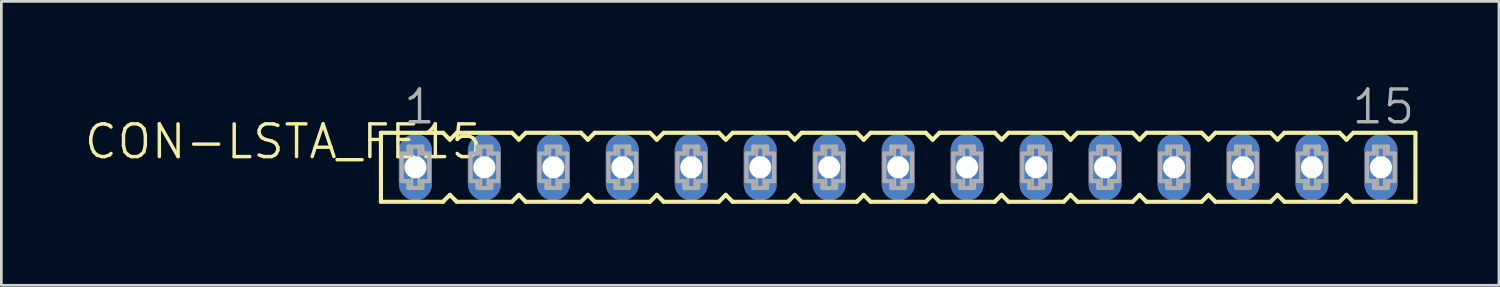
<source format=kicad_pcb>
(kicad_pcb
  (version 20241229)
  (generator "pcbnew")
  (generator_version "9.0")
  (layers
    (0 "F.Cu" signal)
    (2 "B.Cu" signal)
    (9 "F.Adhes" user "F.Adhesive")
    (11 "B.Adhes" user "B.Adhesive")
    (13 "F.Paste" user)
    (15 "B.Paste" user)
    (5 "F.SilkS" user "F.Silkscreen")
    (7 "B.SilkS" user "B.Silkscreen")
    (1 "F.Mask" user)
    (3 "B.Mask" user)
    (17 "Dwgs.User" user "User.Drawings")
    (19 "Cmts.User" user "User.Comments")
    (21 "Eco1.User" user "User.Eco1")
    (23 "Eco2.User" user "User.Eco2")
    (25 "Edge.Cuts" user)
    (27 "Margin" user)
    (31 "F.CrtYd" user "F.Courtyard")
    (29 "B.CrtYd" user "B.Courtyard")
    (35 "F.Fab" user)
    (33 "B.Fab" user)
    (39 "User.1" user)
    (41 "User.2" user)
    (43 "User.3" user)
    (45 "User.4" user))
  (footprint "CON-LSTA_FE15"
    (layer "F.Cu")
    (at 30.03 3.111)
    (property "Reference" "CON-LSTA_FE15" (at -15.24 -1.651 0) (layer "F.SilkS") (effects (font (size 1.206 1.206) (thickness 0.127)) (justify right top)))
    (attr through_hole)
    (fp_line (start -19.05 -1.27) (end -19.05 1.27) (stroke (width 0.152) (type solid)) (layer "F.SilkS"))
    (fp_line (start -19.05 1.27) (end -16.764 1.27) (stroke (width 0.152) (type solid)) (layer "F.SilkS"))
    (fp_line (start -16.764 -1.27) (end -19.05 -1.27) (stroke (width 0.152) (type solid)) (layer "F.SilkS"))
    (fp_line (start -16.764 1.27) (end -16.51 1.016) (stroke (width 0.152) (type solid)) (layer "F.SilkS"))
    (fp_line (start -16.51 -1.016) (end -16.764 -1.27) (stroke (width 0.152) (type solid)) (layer "F.SilkS"))
    (fp_line (start -16.51 1.016) (end -16.256 1.27) (stroke (width 0.152) (type solid)) (layer "F.SilkS"))
    (fp_line (start -16.256 -1.27) (end -16.51 -1.016) (stroke (width 0.152) (type solid)) (layer "F.SilkS"))
    (fp_line (start -16.256 1.27) (end -14.224 1.27) (stroke (width 0.152) (type solid)) (layer "F.SilkS"))
    (fp_line (start -14.224 -1.27) (end -16.256 -1.27) (stroke (width 0.152) (type solid)) (layer "F.SilkS"))
    (fp_line (start -14.224 1.27) (end -13.97 1.016) (stroke (width 0.152) (type solid)) (layer "F.SilkS"))
    (fp_line (start -13.97 -1.016) (end -14.224 -1.27) (stroke (width 0.152) (type solid)) (layer "F.SilkS"))
    (fp_line (start -13.97 1.016) (end -13.716 1.27) (stroke (width 0.152) (type solid)) (layer "F.SilkS"))
    (fp_line (start -13.716 -1.27) (end -13.97 -1.016) (stroke (width 0.152) (type solid)) (layer "F.SilkS"))
    (fp_line (start -13.716 1.27) (end -11.684 1.27) (stroke (width 0.152) (type solid)) (layer "F.SilkS"))
    (fp_line (start -11.684 -1.27) (end -13.716 -1.27) (stroke (width 0.152) (type solid)) (layer "F.SilkS"))
    (fp_line (start -11.684 1.27) (end -11.43 1.016) (stroke (width 0.152) (type solid)) (layer "F.SilkS"))
    (fp_line (start -11.43 -1.016) (end -11.684 -1.27) (stroke (width 0.152) (type solid)) (layer "F.SilkS"))
    (fp_line (start -11.43 1.016) (end -11.176 1.27) (stroke (width 0.152) (type solid)) (layer "F.SilkS"))
    (fp_line (start -11.176 -1.27) (end -11.43 -1.016) (stroke (width 0.152) (type solid)) (layer "F.SilkS"))
    (fp_line (start -11.176 1.27) (end -9.144 1.27) (stroke (width 0.152) (type solid)) (layer "F.SilkS"))
    (fp_line (start -9.144 -1.27) (end -11.176 -1.27) (stroke (width 0.152) (type solid)) (layer "F.SilkS"))
    (fp_line (start -9.144 1.27) (end -8.89 1.016) (stroke (width 0.152) (type solid)) (layer "F.SilkS"))
    (fp_line (start -8.89 -1.016) (end -9.144 -1.27) (stroke (width 0.152) (type solid)) (layer "F.SilkS"))
    (fp_line (start -8.89 1.016) (end -8.636 1.27) (stroke (width 0.152) (type solid)) (layer "F.SilkS"))
    (fp_line (start -8.636 -1.27) (end -8.89 -1.016) (stroke (width 0.152) (type solid)) (layer "F.SilkS"))
    (fp_line (start -8.636 1.27) (end -6.604 1.27) (stroke (width 0.152) (type solid)) (layer "F.SilkS"))
    (fp_line (start -6.604 -1.27) (end -8.636 -1.27) (stroke (width 0.152) (type solid)) (layer "F.SilkS"))
    (fp_line (start -6.604 1.27) (end -6.35 1.016) (stroke (width 0.152) (type solid)) (layer "F.SilkS"))
    (fp_line (start -6.35 -1.016) (end -6.604 -1.27) (stroke (width 0.152) (type solid)) (layer "F.SilkS"))
    (fp_line (start -6.35 1.016) (end -6.096 1.27) (stroke (width 0.152) (type solid)) (layer "F.SilkS"))
    (fp_line (start -6.096 -1.27) (end -6.35 -1.016) (stroke (width 0.152) (type solid)) (layer "F.SilkS"))
    (fp_line (start -6.096 1.27) (end -4.064 1.27) (stroke (width 0.152) (type solid)) (layer "F.SilkS"))
    (fp_line (start -4.064 -1.27) (end -6.096 -1.27) (stroke (width 0.152) (type solid)) (layer "F.SilkS"))
    (fp_line (start -4.064 1.27) (end -3.81 1.016) (stroke (width 0.152) (type solid)) (layer "F.SilkS"))
    (fp_line (start -3.81 -1.016) (end -4.064 -1.27) (stroke (width 0.152) (type solid)) (layer "F.SilkS"))
    (fp_line (start -3.81 1.016) (end -3.556 1.27) (stroke (width 0.152) (type solid)) (layer "F.SilkS"))
    (fp_line (start -3.556 -1.27) (end -3.81 -1.016) (stroke (width 0.152) (type solid)) (layer "F.SilkS"))
    (fp_line (start -3.556 1.27) (end -1.524 1.27) (stroke (width 0.152) (type solid)) (layer "F.SilkS"))
    (fp_line (start -1.524 -1.27) (end -3.556 -1.27) (stroke (width 0.152) (type solid)) (layer "F.SilkS"))
    (fp_line (start -1.524 1.27) (end -1.27 1.016) (stroke (width 0.152) (type solid)) (layer "F.SilkS"))
    (fp_line (start -1.27 -1.016) (end -1.524 -1.27) (stroke (width 0.152) (type solid)) (layer "F.SilkS"))
    (fp_line (start -1.27 1.016) (end -1.016 1.27) (stroke (width 0.152) (type solid)) (layer "F.SilkS"))
    (fp_line (start -1.016 -1.27) (end -1.27 -1.016) (stroke (width 0.152) (type solid)) (layer "F.SilkS"))
    (fp_line (start -1.016 1.27) (end 1.016 1.27) (stroke (width 0.152) (type solid)) (layer "F.SilkS"))
    (fp_line (start 1.016 -1.27) (end -1.016 -1.27) (stroke (width 0.152) (type solid)) (layer "F.SilkS"))
    (fp_line (start 1.016 1.27) (end 1.27 1.016) (stroke (width 0.152) (type solid)) (layer "F.SilkS"))
    (fp_line (start 1.27 -1.016) (end 1.016 -1.27) (stroke (width 0.152) (type solid)) (layer "F.SilkS"))
    (fp_line (start 1.27 1.016) (end 1.524 1.27) (stroke (width 0.152) (type solid)) (layer "F.SilkS"))
    (fp_line (start 1.524 -1.27) (end 1.27 -1.016) (stroke (width 0.152) (type solid)) (layer "F.SilkS"))
    (fp_line (start 1.524 1.27) (end 3.556 1.27) (stroke (width 0.152) (type solid)) (layer "F.SilkS"))
    (fp_line (start 3.556 -1.27) (end 1.524 -1.27) (stroke (width 0.152) (type solid)) (layer "F.SilkS"))
    (fp_line (start 3.556 1.27) (end 3.81 1.016) (stroke (width 0.152) (type solid)) (layer "F.SilkS"))
    (fp_line (start 3.81 -1.016) (end 3.556 -1.27) (stroke (width 0.152) (type solid)) (layer "F.SilkS"))
    (fp_line (start 3.81 1.016) (end 4.064 1.27) (stroke (width 0.152) (type solid)) (layer "F.SilkS"))
    (fp_line (start 4.064 -1.27) (end 3.81 -1.016) (stroke (width 0.152) (type solid)) (layer "F.SilkS"))
    (fp_line (start 4.064 1.27) (end 6.096 1.27) (stroke (width 0.152) (type solid)) (layer "F.SilkS"))
    (fp_line (start 6.096 -1.27) (end 4.064 -1.27) (stroke (width 0.152) (type solid)) (layer "F.SilkS"))
    (fp_line (start 6.096 1.27) (end 6.35 1.016) (stroke (width 0.152) (type solid)) (layer "F.SilkS"))
    (fp_line (start 6.35 -1.016) (end 6.096 -1.27) (stroke (width 0.152) (type solid)) (layer "F.SilkS"))
    (fp_line (start 6.35 1.016) (end 6.604 1.27) (stroke (width 0.152) (type solid)) (layer "F.SilkS"))
    (fp_line (start 6.604 -1.27) (end 6.35 -1.016) (stroke (width 0.152) (type solid)) (layer "F.SilkS"))
    (fp_line (start 6.604 1.27) (end 8.636 1.27) (stroke (width 0.152) (type solid)) (layer "F.SilkS"))
    (fp_line (start 8.636 -1.27) (end 6.604 -1.27) (stroke (width 0.152) (type solid)) (layer "F.SilkS"))
    (fp_line (start 8.636 1.27) (end 8.89 1.016) (stroke (width 0.152) (type solid)) (layer "F.SilkS"))
    (fp_line (start 8.89 -1.016) (end 8.636 -1.27) (stroke (width 0.152) (type solid)) (layer "F.SilkS"))
    (fp_line (start 8.89 1.016) (end 9.144 1.27) (stroke (width 0.152) (type solid)) (layer "F.SilkS"))
    (fp_line (start 9.144 -1.27) (end 8.89 -1.016) (stroke (width 0.152) (type solid)) (layer "F.SilkS"))
    (fp_line (start 9.144 1.27) (end 11.176 1.27) (stroke (width 0.152) (type solid)) (layer "F.SilkS"))
    (fp_line (start 11.176 -1.27) (end 9.144 -1.27) (stroke (width 0.152) (type solid)) (layer "F.SilkS"))
    (fp_line (start 11.176 1.27) (end 11.43 1.016) (stroke (width 0.152) (type solid)) (layer "F.SilkS"))
    (fp_line (start 11.43 -1.016) (end 11.176 -1.27) (stroke (width 0.152) (type solid)) (layer "F.SilkS"))
    (fp_line (start 11.43 1.016) (end 11.684 1.27) (stroke (width 0.152) (type solid)) (layer "F.SilkS"))
    (fp_line (start 11.684 -1.27) (end 11.43 -1.016) (stroke (width 0.152) (type solid)) (layer "F.SilkS"))
    (fp_line (start 11.684 1.27) (end 13.716 1.27) (stroke (width 0.152) (type solid)) (layer "F.SilkS"))
    (fp_line (start 13.716 -1.27) (end 11.684 -1.27) (stroke (width 0.152) (type solid)) (layer "F.SilkS"))
    (fp_line (start 13.716 1.27) (end 13.97 1.016) (stroke (width 0.152) (type solid)) (layer "F.SilkS"))
    (fp_line (start 13.97 -1.016) (end 13.716 -1.27) (stroke (width 0.152) (type solid)) (layer "F.SilkS"))
    (fp_line (start 13.97 1.016) (end 14.224 1.27) (stroke (width 0.152) (type solid)) (layer "F.SilkS"))
    (fp_line (start 14.224 -1.27) (end 13.97 -1.016) (stroke (width 0.152) (type solid)) (layer "F.SilkS"))
    (fp_line (start 14.224 1.27) (end 16.256 1.27) (stroke (width 0.152) (type solid)) (layer "F.SilkS"))
    (fp_line (start 16.256 -1.27) (end 14.224 -1.27) (stroke (width 0.152) (type solid)) (layer "F.SilkS"))
    (fp_line (start 16.256 1.27) (end 16.51 1.016) (stroke (width 0.152) (type solid)) (layer "F.SilkS"))
    (fp_line (start 16.51 -1.016) (end 16.256 -1.27) (stroke (width 0.152) (type solid)) (layer "F.SilkS"))
    (fp_line (start 16.51 1.016) (end 16.764 1.27) (stroke (width 0.152) (type solid)) (layer "F.SilkS"))
    (fp_line (start 16.764 -1.27) (end 16.51 -1.016) (stroke (width 0.152) (type solid)) (layer "F.SilkS"))
    (fp_line (start 16.764 1.27) (end 19.05 1.27) (stroke (width 0.152) (type solid)) (layer "F.SilkS"))
    (fp_line (start 19.05 -1.27) (end 16.764 -1.27) (stroke (width 0.152) (type solid)) (layer "F.SilkS"))
    (fp_line (start 19.05 1.27) (end 19.05 -1.27) (stroke (width 0.152) (type solid)) (layer "F.SilkS"))
    (fp_line (start -18.288 -0.508) (end -18.288 0.508) (stroke (width 0.152) (type solid)) (layer "F.Fab"))
    (fp_line (start -18.288 0.508) (end -18.034 0.508) (stroke (width 0.152) (type solid)) (layer "F.Fab"))
    (fp_line (start -18.034 -0.762) (end -18.034 -0.508) (stroke (width 0.152) (type solid)) (layer "F.Fab"))
    (fp_line (start -18.034 -0.508) (end -18.288 -0.508) (stroke (width 0.152) (type solid)) (layer "F.Fab"))
    (fp_line (start -18.034 0.508) (end -18.034 0.762) (stroke (width 0.152) (type solid)) (layer "F.Fab"))
    (fp_line (start -18.034 0.762) (end -17.526 0.762) (stroke (width 0.152) (type solid)) (layer "F.Fab"))
    (fp_line (start -17.526 -0.762) (end -18.034 -0.762) (stroke (width 0.152) (type solid)) (layer "F.Fab"))
    (fp_line (start -17.526 -0.508) (end -17.526 -0.762) (stroke (width 0.152) (type solid)) (layer "F.Fab"))
    (fp_line (start -17.526 0.508) (end -17.272 0.508) (stroke (width 0.152) (type solid)) (layer "F.Fab"))
    (fp_line (start -17.526 0.762) (end -17.526 0.508) (stroke (width 0.152) (type solid)) (layer "F.Fab"))
    (fp_line (start -17.272 -0.508) (end -17.526 -0.508) (stroke (width 0.152) (type solid)) (layer "F.Fab"))
    (fp_line (start -17.272 0.508) (end -17.272 -0.508) (stroke (width 0.152) (type solid)) (layer "F.Fab"))
    (fp_line (start -15.748 -0.508) (end -15.748 0.508) (stroke (width 0.152) (type solid)) (layer "F.Fab"))
    (fp_line (start -15.748 0.508) (end -15.494 0.508) (stroke (width 0.152) (type solid)) (layer "F.Fab"))
    (fp_line (start -15.494 -0.762) (end -15.494 -0.508) (stroke (width 0.152) (type solid)) (layer "F.Fab"))
    (fp_line (start -15.494 -0.508) (end -15.748 -0.508) (stroke (width 0.152) (type solid)) (layer "F.Fab"))
    (fp_line (start -15.494 0.508) (end -15.494 0.762) (stroke (width 0.152) (type solid)) (layer "F.Fab"))
    (fp_line (start -15.494 0.762) (end -14.986 0.762) (stroke (width 0.152) (type solid)) (layer "F.Fab"))
    (fp_line (start -14.986 -0.762) (end -15.494 -0.762) (stroke (width 0.152) (type solid)) (layer "F.Fab"))
    (fp_line (start -14.986 -0.508) (end -14.986 -0.762) (stroke (width 0.152) (type solid)) (layer "F.Fab"))
    (fp_line (start -14.986 0.508) (end -14.732 0.508) (stroke (width 0.152) (type solid)) (layer "F.Fab"))
    (fp_line (start -14.986 0.762) (end -14.986 0.508) (stroke (width 0.152) (type solid)) (layer "F.Fab"))
    (fp_line (start -14.732 -0.508) (end -14.986 -0.508) (stroke (width 0.152) (type solid)) (layer "F.Fab"))
    (fp_line (start -14.732 0.508) (end -14.732 -0.508) (stroke (width 0.152) (type solid)) (layer "F.Fab"))
    (fp_line (start -13.208 -0.508) (end -13.208 0.508) (stroke (width 0.152) (type solid)) (layer "F.Fab"))
    (fp_line (start -13.208 0.508) (end -12.954 0.508) (stroke (width 0.152) (type solid)) (layer "F.Fab"))
    (fp_line (start -12.954 -0.762) (end -12.954 -0.508) (stroke (width 0.152) (type solid)) (layer "F.Fab"))
    (fp_line (start -12.954 -0.508) (end -13.208 -0.508) (stroke (width 0.152) (type solid)) (layer "F.Fab"))
    (fp_line (start -12.954 0.508) (end -12.954 0.762) (stroke (width 0.152) (type solid)) (layer "F.Fab"))
    (fp_line (start -12.954 0.762) (end -12.446 0.762) (stroke (width 0.152) (type solid)) (layer "F.Fab"))
    (fp_line (start -12.446 -0.762) (end -12.954 -0.762) (stroke (width 0.152) (type solid)) (layer "F.Fab"))
    (fp_line (start -12.446 -0.508) (end -12.446 -0.762) (stroke (width 0.152) (type solid)) (layer "F.Fab"))
    (fp_line (start -12.446 0.508) (end -12.192 0.508) (stroke (width 0.152) (type solid)) (layer "F.Fab"))
    (fp_line (start -12.446 0.762) (end -12.446 0.508) (stroke (width 0.152) (type solid)) (layer "F.Fab"))
    (fp_line (start -12.192 -0.508) (end -12.446 -0.508) (stroke (width 0.152) (type solid)) (layer "F.Fab"))
    (fp_line (start -12.192 0.508) (end -12.192 -0.508) (stroke (width 0.152) (type solid)) (layer "F.Fab"))
    (fp_line (start -10.668 -0.508) (end -10.668 0.508) (stroke (width 0.152) (type solid)) (layer "F.Fab"))
    (fp_line (start -10.668 0.508) (end -10.414 0.508) (stroke (width 0.152) (type solid)) (layer "F.Fab"))
    (fp_line (start -10.414 -0.762) (end -10.414 -0.508) (stroke (width 0.152) (type solid)) (layer "F.Fab"))
    (fp_line (start -10.414 -0.508) (end -10.668 -0.508) (stroke (width 0.152) (type solid)) (layer "F.Fab"))
    (fp_line (start -10.414 0.508) (end -10.414 0.762) (stroke (width 0.152) (type solid)) (layer "F.Fab"))
    (fp_line (start -10.414 0.762) (end -9.906 0.762) (stroke (width 0.152) (type solid)) (layer "F.Fab"))
    (fp_line (start -9.906 -0.762) (end -10.414 -0.762) (stroke (width 0.152) (type solid)) (layer "F.Fab"))
    (fp_line (start -9.906 -0.508) (end -9.906 -0.762) (stroke (width 0.152) (type solid)) (layer "F.Fab"))
    (fp_line (start -9.906 0.508) (end -9.652 0.508) (stroke (width 0.152) (type solid)) (layer "F.Fab"))
    (fp_line (start -9.906 0.762) (end -9.906 0.508) (stroke (width 0.152) (type solid)) (layer "F.Fab"))
    (fp_line (start -9.652 -0.508) (end -9.906 -0.508) (stroke (width 0.152) (type solid)) (layer "F.Fab"))
    (fp_line (start -9.652 0.508) (end -9.652 -0.508) (stroke (width 0.152) (type solid)) (layer "F.Fab"))
    (fp_line (start -8.128 -0.508) (end -8.128 0.508) (stroke (width 0.152) (type solid)) (layer "F.Fab"))
    (fp_line (start -8.128 0.508) (end -7.874 0.508) (stroke (width 0.152) (type solid)) (layer "F.Fab"))
    (fp_line (start -7.874 -0.762) (end -7.874 -0.508) (stroke (width 0.152) (type solid)) (layer "F.Fab"))
    (fp_line (start -7.874 -0.508) (end -8.128 -0.508) (stroke (width 0.152) (type solid)) (layer "F.Fab"))
    (fp_line (start -7.874 0.508) (end -7.874 0.762) (stroke (width 0.152) (type solid)) (layer "F.Fab"))
    (fp_line (start -7.874 0.762) (end -7.366 0.762) (stroke (width 0.152) (type solid)) (layer "F.Fab"))
    (fp_line (start -7.366 -0.762) (end -7.874 -0.762) (stroke (width 0.152) (type solid)) (layer "F.Fab"))
    (fp_line (start -7.366 -0.508) (end -7.366 -0.762) (stroke (width 0.152) (type solid)) (layer "F.Fab"))
    (fp_line (start -7.366 0.508) (end -7.112 0.508) (stroke (width 0.152) (type solid)) (layer "F.Fab"))
    (fp_line (start -7.366 0.762) (end -7.366 0.508) (stroke (width 0.152) (type solid)) (layer "F.Fab"))
    (fp_line (start -7.112 -0.508) (end -7.366 -0.508) (stroke (width 0.152) (type solid)) (layer "F.Fab"))
    (fp_line (start -7.112 0.508) (end -7.112 -0.508) (stroke (width 0.152) (type solid)) (layer "F.Fab"))
    (fp_line (start -5.588 -0.508) (end -5.588 0.508) (stroke (width 0.152) (type solid)) (layer "F.Fab"))
    (fp_line (start -5.588 0.508) (end -5.334 0.508) (stroke (width 0.152) (type solid)) (layer "F.Fab"))
    (fp_line (start -5.334 -0.762) (end -5.334 -0.508) (stroke (width 0.152) (type solid)) (layer "F.Fab"))
    (fp_line (start -5.334 -0.508) (end -5.588 -0.508) (stroke (width 0.152) (type solid)) (layer "F.Fab"))
    (fp_line (start -5.334 0.508) (end -5.334 0.762) (stroke (width 0.152) (type solid)) (layer "F.Fab"))
    (fp_line (start -5.334 0.762) (end -4.826 0.762) (stroke (width 0.152) (type solid)) (layer "F.Fab"))
    (fp_line (start -4.826 -0.762) (end -5.334 -0.762) (stroke (width 0.152) (type solid)) (layer "F.Fab"))
    (fp_line (start -4.826 -0.508) (end -4.826 -0.762) (stroke (width 0.152) (type solid)) (layer "F.Fab"))
    (fp_line (start -4.826 0.508) (end -4.572 0.508) (stroke (width 0.152) (type solid)) (layer "F.Fab"))
    (fp_line (start -4.826 0.762) (end -4.826 0.508) (stroke (width 0.152) (type solid)) (layer "F.Fab"))
    (fp_line (start -4.572 -0.508) (end -4.826 -0.508) (stroke (width 0.152) (type solid)) (layer "F.Fab"))
    (fp_line (start -4.572 0.508) (end -4.572 -0.508) (stroke (width 0.152) (type solid)) (layer "F.Fab"))
    (fp_line (start -3.048 -0.508) (end -3.048 0.508) (stroke (width 0.152) (type solid)) (layer "F.Fab"))
    (fp_line (start -3.048 0.508) (end -2.794 0.508) (stroke (width 0.152) (type solid)) (layer "F.Fab"))
    (fp_line (start -2.794 -0.762) (end -2.794 -0.508) (stroke (width 0.152) (type solid)) (layer "F.Fab"))
    (fp_line (start -2.794 -0.508) (end -3.048 -0.508) (stroke (width 0.152) (type solid)) (layer "F.Fab"))
    (fp_line (start -2.794 0.508) (end -2.794 0.762) (stroke (width 0.152) (type solid)) (layer "F.Fab"))
    (fp_line (start -2.794 0.762) (end -2.286 0.762) (stroke (width 0.152) (type solid)) (layer "F.Fab"))
    (fp_line (start -2.286 -0.762) (end -2.794 -0.762) (stroke (width 0.152) (type solid)) (layer "F.Fab"))
    (fp_line (start -2.286 -0.508) (end -2.286 -0.762) (stroke (width 0.152) (type solid)) (layer "F.Fab"))
    (fp_line (start -2.286 0.508) (end -2.032 0.508) (stroke (width 0.152) (type solid)) (layer "F.Fab"))
    (fp_line (start -2.286 0.762) (end -2.286 0.508) (stroke (width 0.152) (type solid)) (layer "F.Fab"))
    (fp_line (start -2.032 -0.508) (end -2.286 -0.508) (stroke (width 0.152) (type solid)) (layer "F.Fab"))
    (fp_line (start -2.032 0.508) (end -2.032 -0.508) (stroke (width 0.152) (type solid)) (layer "F.Fab"))
    (fp_line (start -0.508 -0.508) (end -0.508 0.508) (stroke (width 0.152) (type solid)) (layer "F.Fab"))
    (fp_line (start -0.508 0.508) (end -0.254 0.508) (stroke (width 0.152) (type solid)) (layer "F.Fab"))
    (fp_line (start -0.254 -0.762) (end -0.254 -0.508) (stroke (width 0.152) (type solid)) (layer "F.Fab"))
    (fp_line (start -0.254 -0.508) (end -0.508 -0.508) (stroke (width 0.152) (type solid)) (layer "F.Fab"))
    (fp_line (start -0.254 0.508) (end -0.254 0.762) (stroke (width 0.152) (type solid)) (layer "F.Fab"))
    (fp_line (start -0.254 0.762) (end 0.254 0.762) (stroke (width 0.152) (type solid)) (layer "F.Fab"))
    (fp_line (start 0.254 -0.762) (end -0.254 -0.762) (stroke (width 0.152) (type solid)) (layer "F.Fab"))
    (fp_line (start 0.254 -0.508) (end 0.254 -0.762) (stroke (width 0.152) (type solid)) (layer "F.Fab"))
    (fp_line (start 0.254 0.508) (end 0.508 0.508) (stroke (width 0.152) (type solid)) (layer "F.Fab"))
    (fp_line (start 0.254 0.762) (end 0.254 0.508) (stroke (width 0.152) (type solid)) (layer "F.Fab"))
    (fp_line (start 0.508 -0.508) (end 0.254 -0.508) (stroke (width 0.152) (type solid)) (layer "F.Fab"))
    (fp_line (start 0.508 0.508) (end 0.508 -0.508) (stroke (width 0.152) (type solid)) (layer "F.Fab"))
    (fp_line (start 2.032 -0.508) (end 2.032 0.508) (stroke (width 0.152) (type solid)) (layer "F.Fab"))
    (fp_line (start 2.032 0.508) (end 2.286 0.508) (stroke (width 0.152) (type solid)) (layer "F.Fab"))
    (fp_line (start 2.286 -0.762) (end 2.286 -0.508) (stroke (width 0.152) (type solid)) (layer "F.Fab"))
    (fp_line (start 2.286 -0.508) (end 2.032 -0.508) (stroke (width 0.152) (type solid)) (layer "F.Fab"))
    (fp_line (start 2.286 0.508) (end 2.286 0.762) (stroke (width 0.152) (type solid)) (layer "F.Fab"))
    (fp_line (start 2.286 0.762) (end 2.794 0.762) (stroke (width 0.152) (type solid)) (layer "F.Fab"))
    (fp_line (start 2.794 -0.762) (end 2.286 -0.762) (stroke (width 0.152) (type solid)) (layer "F.Fab"))
    (fp_line (start 2.794 -0.508) (end 2.794 -0.762) (stroke (width 0.152) (type solid)) (layer "F.Fab"))
    (fp_line (start 2.794 0.508) (end 3.048 0.508) (stroke (width 0.152) (type solid)) (layer "F.Fab"))
    (fp_line (start 2.794 0.762) (end 2.794 0.508) (stroke (width 0.152) (type solid)) (layer "F.Fab"))
    (fp_line (start 3.048 -0.508) (end 2.794 -0.508) (stroke (width 0.152) (type solid)) (layer "F.Fab"))
    (fp_line (start 3.048 0.508) (end 3.048 -0.508) (stroke (width 0.152) (type solid)) (layer "F.Fab"))
    (fp_line (start 4.572 -0.508) (end 4.572 0.508) (stroke (width 0.152) (type solid)) (layer "F.Fab"))
    (fp_line (start 4.572 0.508) (end 4.826 0.508) (stroke (width 0.152) (type solid)) (layer "F.Fab"))
    (fp_line (start 4.826 -0.762) (end 4.826 -0.508) (stroke (width 0.152) (type solid)) (layer "F.Fab"))
    (fp_line (start 4.826 -0.508) (end 4.572 -0.508) (stroke (width 0.152) (type solid)) (layer "F.Fab"))
    (fp_line (start 4.826 0.508) (end 4.826 0.762) (stroke (width 0.152) (type solid)) (layer "F.Fab"))
    (fp_line (start 4.826 0.762) (end 5.334 0.762) (stroke (width 0.152) (type solid)) (layer "F.Fab"))
    (fp_line (start 5.334 -0.762) (end 4.826 -0.762) (stroke (width 0.152) (type solid)) (layer "F.Fab"))
    (fp_line (start 5.334 -0.508) (end 5.334 -0.762) (stroke (width 0.152) (type solid)) (layer "F.Fab"))
    (fp_line (start 5.334 0.508) (end 5.588 0.508) (stroke (width 0.152) (type solid)) (layer "F.Fab"))
    (fp_line (start 5.334 0.762) (end 5.334 0.508) (stroke (width 0.152) (type solid)) (layer "F.Fab"))
    (fp_line (start 5.588 -0.508) (end 5.334 -0.508) (stroke (width 0.152) (type solid)) (layer "F.Fab"))
    (fp_line (start 5.588 0.508) (end 5.588 -0.508) (stroke (width 0.152) (type solid)) (layer "F.Fab"))
    (fp_line (start 7.112 -0.508) (end 7.112 0.508) (stroke (width 0.152) (type solid)) (layer "F.Fab"))
    (fp_line (start 7.112 0.508) (end 7.366 0.508) (stroke (width 0.152) (type solid)) (layer "F.Fab"))
    (fp_line (start 7.366 -0.762) (end 7.366 -0.508) (stroke (width 0.152) (type solid)) (layer "F.Fab"))
    (fp_line (start 7.366 -0.508) (end 7.112 -0.508) (stroke (width 0.152) (type solid)) (layer "F.Fab"))
    (fp_line (start 7.366 0.508) (end 7.366 0.762) (stroke (width 0.152) (type solid)) (layer "F.Fab"))
    (fp_line (start 7.366 0.762) (end 7.874 0.762) (stroke (width 0.152) (type solid)) (layer "F.Fab"))
    (fp_line (start 7.874 -0.762) (end 7.366 -0.762) (stroke (width 0.152) (type solid)) (layer "F.Fab"))
    (fp_line (start 7.874 -0.508) (end 7.874 -0.762) (stroke (width 0.152) (type solid)) (layer "F.Fab"))
    (fp_line (start 7.874 0.508) (end 8.128 0.508) (stroke (width 0.152) (type solid)) (layer "F.Fab"))
    (fp_line (start 7.874 0.762) (end 7.874 0.508) (stroke (width 0.152) (type solid)) (layer "F.Fab"))
    (fp_line (start 8.128 -0.508) (end 7.874 -0.508) (stroke (width 0.152) (type solid)) (layer "F.Fab"))
    (fp_line (start 8.128 0.508) (end 8.128 -0.508) (stroke (width 0.152) (type solid)) (layer "F.Fab"))
    (fp_line (start 9.652 -0.508) (end 9.652 0.508) (stroke (width 0.152) (type solid)) (layer "F.Fab"))
    (fp_line (start 9.652 0.508) (end 9.906 0.508) (stroke (width 0.152) (type solid)) (layer "F.Fab"))
    (fp_line (start 9.906 -0.762) (end 9.906 -0.508) (stroke (width 0.152) (type solid)) (layer "F.Fab"))
    (fp_line (start 9.906 -0.508) (end 9.652 -0.508) (stroke (width 0.152) (type solid)) (layer "F.Fab"))
    (fp_line (start 9.906 0.508) (end 9.906 0.762) (stroke (width 0.152) (type solid)) (layer "F.Fab"))
    (fp_line (start 9.906 0.762) (end 10.414 0.762) (stroke (width 0.152) (type solid)) (layer "F.Fab"))
    (fp_line (start 10.414 -0.762) (end 9.906 -0.762) (stroke (width 0.152) (type solid)) (layer "F.Fab"))
    (fp_line (start 10.414 -0.508) (end 10.414 -0.762) (stroke (width 0.152) (type solid)) (layer "F.Fab"))
    (fp_line (start 10.414 0.508) (end 10.668 0.508) (stroke (width 0.152) (type solid)) (layer "F.Fab"))
    (fp_line (start 10.414 0.762) (end 10.414 0.508) (stroke (width 0.152) (type solid)) (layer "F.Fab"))
    (fp_line (start 10.668 -0.508) (end 10.414 -0.508) (stroke (width 0.152) (type solid)) (layer "F.Fab"))
    (fp_line (start 10.668 0.508) (end 10.668 -0.508) (stroke (width 0.152) (type solid)) (layer "F.Fab"))
    (fp_line (start 12.192 -0.508) (end 12.192 0.508) (stroke (width 0.152) (type solid)) (layer "F.Fab"))
    (fp_line (start 12.192 0.508) (end 12.446 0.508) (stroke (width 0.152) (type solid)) (layer "F.Fab"))
    (fp_line (start 12.446 -0.762) (end 12.446 -0.508) (stroke (width 0.152) (type solid)) (layer "F.Fab"))
    (fp_line (start 12.446 -0.508) (end 12.192 -0.508) (stroke (width 0.152) (type solid)) (layer "F.Fab"))
    (fp_line (start 12.446 0.508) (end 12.446 0.762) (stroke (width 0.152) (type solid)) (layer "F.Fab"))
    (fp_line (start 12.446 0.762) (end 12.954 0.762) (stroke (width 0.152) (type solid)) (layer "F.Fab"))
    (fp_line (start 12.954 -0.762) (end 12.446 -0.762) (stroke (width 0.152) (type solid)) (layer "F.Fab"))
    (fp_line (start 12.954 -0.508) (end 12.954 -0.762) (stroke (width 0.152) (type solid)) (layer "F.Fab"))
    (fp_line (start 12.954 0.508) (end 13.208 0.508) (stroke (width 0.152) (type solid)) (layer "F.Fab"))
    (fp_line (start 12.954 0.762) (end 12.954 0.508) (stroke (width 0.152) (type solid)) (layer "F.Fab"))
    (fp_line (start 13.208 -0.508) (end 12.954 -0.508) (stroke (width 0.152) (type solid)) (layer "F.Fab"))
    (fp_line (start 13.208 0.508) (end 13.208 -0.508) (stroke (width 0.152) (type solid)) (layer "F.Fab"))
    (fp_line (start 14.732 -0.508) (end 14.732 0.508) (stroke (width 0.152) (type solid)) (layer "F.Fab"))
    (fp_line (start 14.732 0.508) (end 14.986 0.508) (stroke (width 0.152) (type solid)) (layer "F.Fab"))
    (fp_line (start 14.986 -0.762) (end 14.986 -0.508) (stroke (width 0.152) (type solid)) (layer "F.Fab"))
    (fp_line (start 14.986 -0.508) (end 14.732 -0.508) (stroke (width 0.152) (type solid)) (layer "F.Fab"))
    (fp_line (start 14.986 0.508) (end 14.986 0.762) (stroke (width 0.152) (type solid)) (layer "F.Fab"))
    (fp_line (start 14.986 0.762) (end 15.494 0.762) (stroke (width 0.152) (type solid)) (layer "F.Fab"))
    (fp_line (start 15.494 -0.762) (end 14.986 -0.762) (stroke (width 0.152) (type solid)) (layer "F.Fab"))
    (fp_line (start 15.494 -0.508) (end 15.494 -0.762) (stroke (width 0.152) (type solid)) (layer "F.Fab"))
    (fp_line (start 15.494 0.508) (end 15.748 0.508) (stroke (width 0.152) (type solid)) (layer "F.Fab"))
    (fp_line (start 15.494 0.762) (end 15.494 0.508) (stroke (width 0.152) (type solid)) (layer "F.Fab"))
    (fp_line (start 15.748 -0.508) (end 15.494 -0.508) (stroke (width 0.152) (type solid)) (layer "F.Fab"))
    (fp_line (start 15.748 0.508) (end 15.748 -0.508) (stroke (width 0.152) (type solid)) (layer "F.Fab"))
    (fp_line (start 17.272 -0.508) (end 17.272 0.508) (stroke (width 0.152) (type solid)) (layer "F.Fab"))
    (fp_line (start 17.272 0.508) (end 17.526 0.508) (stroke (width 0.152) (type solid)) (layer "F.Fab"))
    (fp_line (start 17.526 -0.762) (end 17.526 -0.508) (stroke (width 0.152) (type solid)) (layer "F.Fab"))
    (fp_line (start 17.526 -0.508) (end 17.272 -0.508) (stroke (width 0.152) (type solid)) (layer "F.Fab"))
    (fp_line (start 17.526 0.508) (end 17.526 0.762) (stroke (width 0.152) (type solid)) (layer "F.Fab"))
    (fp_line (start 17.526 0.762) (end 18.034 0.762) (stroke (width 0.152) (type solid)) (layer "F.Fab"))
    (fp_line (start 18.034 -0.762) (end 17.526 -0.762) (stroke (width 0.152) (type solid)) (layer "F.Fab"))
    (fp_line (start 18.034 -0.508) (end 18.034 -0.762) (stroke (width 0.152) (type solid)) (layer "F.Fab"))
    (fp_line (start 18.034 0.508) (end 18.288 0.508) (stroke (width 0.152) (type solid)) (layer "F.Fab"))
    (fp_line (start 18.034 0.762) (end 18.034 0.508) (stroke (width 0.152) (type solid)) (layer "F.Fab"))
    (fp_line (start 18.288 -0.508) (end 18.034 -0.508) (stroke (width 0.152) (type solid)) (layer "F.Fab"))
    (fp_line (start 18.288 0.508) (end 18.288 -0.508) (stroke (width 0.152) (type solid)) (layer "F.Fab"))
    (fp_poly (pts (xy -17.907 -0.254) (xy -17.653 -0.254) (xy -17.653 -0.762) (xy -17.907 -0.762)) (stroke (width 0.1) (type solid)) (fill no) (layer "F.Fab"))
    (fp_poly (pts (xy -17.907 0.762) (xy -17.653 0.762) (xy -17.653 0.254) (xy -17.907 0.254)) (stroke (width 0.1) (type solid)) (fill no) (layer "F.Fab"))
    (fp_poly (pts (xy -15.367 -0.254) (xy -15.113 -0.254) (xy -15.113 -0.762) (xy -15.367 -0.762)) (stroke (width 0.1) (type solid)) (fill no) (layer "F.Fab"))
    (fp_poly (pts (xy -15.367 0.762) (xy -15.113 0.762) (xy -15.113 0.254) (xy -15.367 0.254)) (stroke (width 0.1) (type solid)) (fill no) (layer "F.Fab"))
    (fp_poly (pts (xy -12.827 -0.254) (xy -12.573 -0.254) (xy -12.573 -0.762) (xy -12.827 -0.762)) (stroke (width 0.1) (type solid)) (fill no) (layer "F.Fab"))
    (fp_poly (pts (xy -12.827 0.762) (xy -12.573 0.762) (xy -12.573 0.254) (xy -12.827 0.254)) (stroke (width 0.1) (type solid)) (fill no) (layer "F.Fab"))
    (fp_poly (pts (xy -10.287 -0.254) (xy -10.033 -0.254) (xy -10.033 -0.762) (xy -10.287 -0.762)) (stroke (width 0.1) (type solid)) (fill no) (layer "F.Fab"))
    (fp_poly (pts (xy -10.287 0.762) (xy -10.033 0.762) (xy -10.033 0.254) (xy -10.287 0.254)) (stroke (width 0.1) (type solid)) (fill no) (layer "F.Fab"))
    (fp_poly (pts (xy -7.747 -0.254) (xy -7.493 -0.254) (xy -7.493 -0.762) (xy -7.747 -0.762)) (stroke (width 0.1) (type solid)) (fill no) (layer "F.Fab"))
    (fp_poly (pts (xy -7.747 0.762) (xy -7.493 0.762) (xy -7.493 0.254) (xy -7.747 0.254)) (stroke (width 0.1) (type solid)) (fill no) (layer "F.Fab"))
    (fp_poly (pts (xy -5.207 -0.254) (xy -4.953 -0.254) (xy -4.953 -0.762) (xy -5.207 -0.762)) (stroke (width 0.1) (type solid)) (fill no) (layer "F.Fab"))
    (fp_poly (pts (xy -5.207 0.762) (xy -4.953 0.762) (xy -4.953 0.254) (xy -5.207 0.254)) (stroke (width 0.1) (type solid)) (fill no) (layer "F.Fab"))
    (fp_poly (pts (xy -2.667 -0.254) (xy -2.413 -0.254) (xy -2.413 -0.762) (xy -2.667 -0.762)) (stroke (width 0.1) (type solid)) (fill no) (layer "F.Fab"))
    (fp_poly (pts (xy -2.667 0.762) (xy -2.413 0.762) (xy -2.413 0.254) (xy -2.667 0.254)) (stroke (width 0.1) (type solid)) (fill no) (layer "F.Fab"))
    (fp_poly (pts (xy -0.127 -0.254) (xy 0.127 -0.254) (xy 0.127 -0.762) (xy -0.127 -0.762)) (stroke (width 0.1) (type solid)) (fill no) (layer "F.Fab"))
    (fp_poly (pts (xy -0.127 0.762) (xy 0.127 0.762) (xy 0.127 0.254) (xy -0.127 0.254)) (stroke (width 0.1) (type solid)) (fill no) (layer "F.Fab"))
    (fp_poly (pts (xy 2.413 -0.254) (xy 2.667 -0.254) (xy 2.667 -0.762) (xy 2.413 -0.762)) (stroke (width 0.1) (type solid)) (fill no) (layer "F.Fab"))
    (fp_poly (pts (xy 2.413 0.762) (xy 2.667 0.762) (xy 2.667 0.254) (xy 2.413 0.254)) (stroke (width 0.1) (type solid)) (fill no) (layer "F.Fab"))
    (fp_poly (pts (xy 4.953 -0.254) (xy 5.207 -0.254) (xy 5.207 -0.762) (xy 4.953 -0.762)) (stroke (width 0.1) (type solid)) (fill no) (layer "F.Fab"))
    (fp_poly (pts (xy 4.953 0.762) (xy 5.207 0.762) (xy 5.207 0.254) (xy 4.953 0.254)) (stroke (width 0.1) (type solid)) (fill no) (layer "F.Fab"))
    (fp_poly (pts (xy 7.493 -0.254) (xy 7.747 -0.254) (xy 7.747 -0.762) (xy 7.493 -0.762)) (stroke (width 0.1) (type solid)) (fill no) (layer "F.Fab"))
    (fp_poly (pts (xy 7.493 0.762) (xy 7.747 0.762) (xy 7.747 0.254) (xy 7.493 0.254)) (stroke (width 0.1) (type solid)) (fill no) (layer "F.Fab"))
    (fp_poly (pts (xy 10.033 -0.254) (xy 10.287 -0.254) (xy 10.287 -0.762) (xy 10.033 -0.762)) (stroke (width 0.1) (type solid)) (fill no) (layer "F.Fab"))
    (fp_poly (pts (xy 10.033 0.762) (xy 10.287 0.762) (xy 10.287 0.254) (xy 10.033 0.254)) (stroke (width 0.1) (type solid)) (fill no) (layer "F.Fab"))
    (fp_poly (pts (xy 12.573 -0.254) (xy 12.827 -0.254) (xy 12.827 -0.762) (xy 12.573 -0.762)) (stroke (width 0.1) (type solid)) (fill no) (layer "F.Fab"))
    (fp_poly (pts (xy 12.573 0.762) (xy 12.827 0.762) (xy 12.827 0.254) (xy 12.573 0.254)) (stroke (width 0.1) (type solid)) (fill no) (layer "F.Fab"))
    (fp_poly (pts (xy 15.113 -0.254) (xy 15.367 -0.254) (xy 15.367 -0.762) (xy 15.113 -0.762)) (stroke (width 0.1) (type solid)) (fill no) (layer "F.Fab"))
    (fp_poly (pts (xy 15.113 0.762) (xy 15.367 0.762) (xy 15.367 0.254) (xy 15.113 0.254)) (stroke (width 0.1) (type solid)) (fill no) (layer "F.Fab"))
    (fp_poly (pts (xy 17.653 -0.254) (xy 17.907 -0.254) (xy 17.907 -0.762) (xy 17.653 -0.762)) (stroke (width 0.1) (type solid)) (fill no) (layer "F.Fab"))
    (fp_poly (pts (xy 17.653 0.762) (xy 17.907 0.762) (xy 17.907 0.254) (xy 17.653 0.254)) (stroke (width 0.1) (type solid)) (fill no) (layer "F.Fab"))
    (fp_text user "1" (at -18.288 -1.524 0) (layer "F.Fab") (effects (font (size 1.206 1.206) (thickness 0.127)) (justify left bottom)))
    (fp_text user "15" (at 16.637 -1.524 0) (layer "F.Fab") (effects (font (size 1.206 1.206) (thickness 0.127)) (justify left bottom)))
    (pad "1" thru_hole oval (at -17.78 0 90) (size 2.438 1.219) (drill 0.813) (layers "*.Cu" "*.Mask"))
    (pad "2" thru_hole oval (at -15.24 0 90) (size 2.438 1.219) (drill 0.813) (layers "*.Cu" "*.Mask"))
    (pad "3" thru_hole oval (at -12.7 0 90) (size 2.438 1.219) (drill 0.813) (layers "*.Cu" "*.Mask"))
    (pad "4" thru_hole oval (at -10.16 0 90) (size 2.438 1.219) (drill 0.813) (layers "*.Cu" "*.Mask"))
    (pad "5" thru_hole oval (at -7.62 0 90) (size 2.438 1.219) (drill 0.813) (layers "*.Cu" "*.Mask"))
    (pad "6" thru_hole oval (at -5.08 0 90) (size 2.438 1.219) (drill 0.813) (layers "*.Cu" "*.Mask"))
    (pad "7" thru_hole oval (at -2.54 0 90) (size 2.438 1.219) (drill 0.813) (layers "*.Cu" "*.Mask"))
    (pad "8" thru_hole oval (at 0 0 90) (size 2.438 1.219) (drill 0.813) (layers "*.Cu" "*.Mask"))
    (pad "9" thru_hole oval (at 2.54 0 90) (size 2.438 1.219) (drill 0.813) (layers "*.Cu" "*.Mask"))
    (pad "10" thru_hole oval (at 5.08 0 90) (size 2.438 1.219) (drill 0.813) (layers "*.Cu" "*.Mask"))
    (pad "11" thru_hole oval (at 7.62 0 90) (size 2.438 1.219) (drill 0.813) (layers "*.Cu" "*.Mask"))
    (pad "12" thru_hole oval (at 10.16 0 90) (size 2.438 1.219) (drill 0.813) (layers "*.Cu" "*.Mask"))
    (pad "13" thru_hole oval (at 12.7 0 90) (size 2.438 1.219) (drill 0.813) (layers "*.Cu" "*.Mask"))
    (pad "14" thru_hole oval (at 15.24 0 90) (size 2.438 1.219) (drill 0.813) (layers "*.Cu" "*.Mask"))
    (pad "15" thru_hole oval (at 17.78 0 90) (size 2.438 1.219) (drill 0.813) (layers "*.Cu" "*.Mask")))
  (gr_rect
    (start -3 -3)
    (end 52.156 7.458)
    (stroke (width 0.1) (type default))
    (fill no)
    (layer "Edge.Cuts")))
</source>
